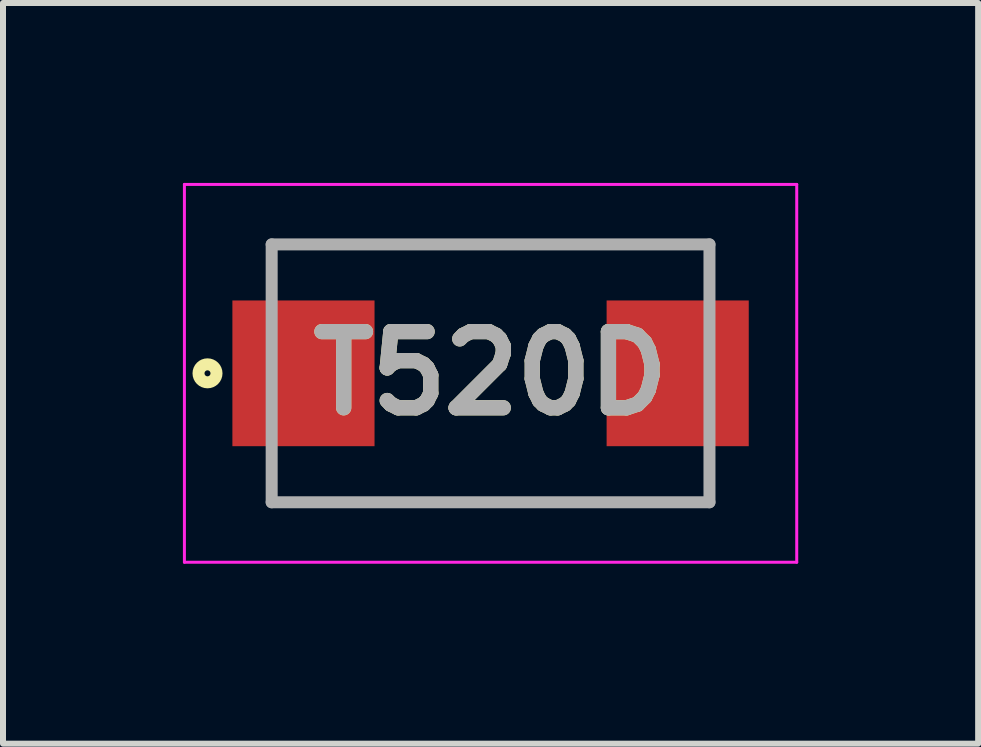
<source format=kicad_pcb>
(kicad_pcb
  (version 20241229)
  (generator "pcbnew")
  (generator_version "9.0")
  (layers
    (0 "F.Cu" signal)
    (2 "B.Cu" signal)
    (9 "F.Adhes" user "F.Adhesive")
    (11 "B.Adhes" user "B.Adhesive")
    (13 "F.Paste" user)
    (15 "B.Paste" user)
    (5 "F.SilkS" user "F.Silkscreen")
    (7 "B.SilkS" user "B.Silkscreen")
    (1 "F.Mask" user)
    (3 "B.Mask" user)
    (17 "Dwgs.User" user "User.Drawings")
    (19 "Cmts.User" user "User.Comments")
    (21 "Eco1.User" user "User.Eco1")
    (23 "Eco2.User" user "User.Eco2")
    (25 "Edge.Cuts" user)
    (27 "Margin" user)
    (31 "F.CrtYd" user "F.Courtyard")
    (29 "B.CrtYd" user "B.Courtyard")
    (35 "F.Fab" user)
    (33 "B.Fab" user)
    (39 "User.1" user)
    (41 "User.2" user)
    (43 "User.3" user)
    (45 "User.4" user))
  (footprint "T520D"
    (layer "F.Cu")
    (at 5.13 3.175)
    (property "Reference" "T520D" (at 0 0 0) (layer "F.SilkS") (effects (font (size 1.27 1.27) (thickness 0.254))))
    (attr smd)
    (fp_line (start -3.65 -2.15) (end 3.65 -2.15) (stroke (width 0.1) (type solid)) (layer "F.SilkS"))
    (fp_line (start 3.65 2.15) (end -3.65 2.15) (stroke (width 0.1) (type solid)) (layer "F.SilkS"))
    (fp_circle (center -4.72 0) (end -4.72 0.05) (stroke (width 0.2) (type solid)) (fill no) (layer "F.SilkS"))
    (fp_line (start -5.105 -3.15) (end 5.105 -3.15) (stroke (width 0.05) (type solid)) (layer "F.CrtYd"))
    (fp_line (start -5.105 3.15) (end -5.105 -3.15) (stroke (width 0.05) (type solid)) (layer "F.CrtYd"))
    (fp_line (start 5.105 -3.15) (end 5.105 3.15) (stroke (width 0.05) (type solid)) (layer "F.CrtYd"))
    (fp_line (start 5.105 3.15) (end -5.105 3.15) (stroke (width 0.05) (type solid)) (layer "F.CrtYd"))
    (fp_line (start -3.65 -2.15) (end 3.65 -2.15) (stroke (width 0.2) (type solid)) (layer "F.Fab"))
    (fp_line (start -3.65 2.15) (end -3.65 -2.15) (stroke (width 0.2) (type solid)) (layer "F.Fab"))
    (fp_line (start 3.65 -2.15) (end 3.65 2.15) (stroke (width 0.2) (type solid)) (layer "F.Fab"))
    (fp_line (start 3.65 2.15) (end -3.65 2.15) (stroke (width 0.2) (type solid)) (layer "F.Fab"))
    (fp_text user "${REFERENCE}" (at 0 0 0) (layer "F.Fab") (effects (font (size 1.27 1.27) (thickness 0.254))))
    (pad "1" smd rect (at -3.12 0) (size 2.37 2.43) (layers "F.Cu" "F.Mask" "F.Paste"))
    (pad "2" smd rect (at 3.12 0) (size 2.37 2.43) (layers "F.Cu" "F.Mask" "F.Paste")))
  (gr_rect
    (start -3 -3)
    (end 13.26 9.35)
    (stroke (width 0.1) (type default))
    (fill no)
    (layer "Edge.Cuts")))
</source>
